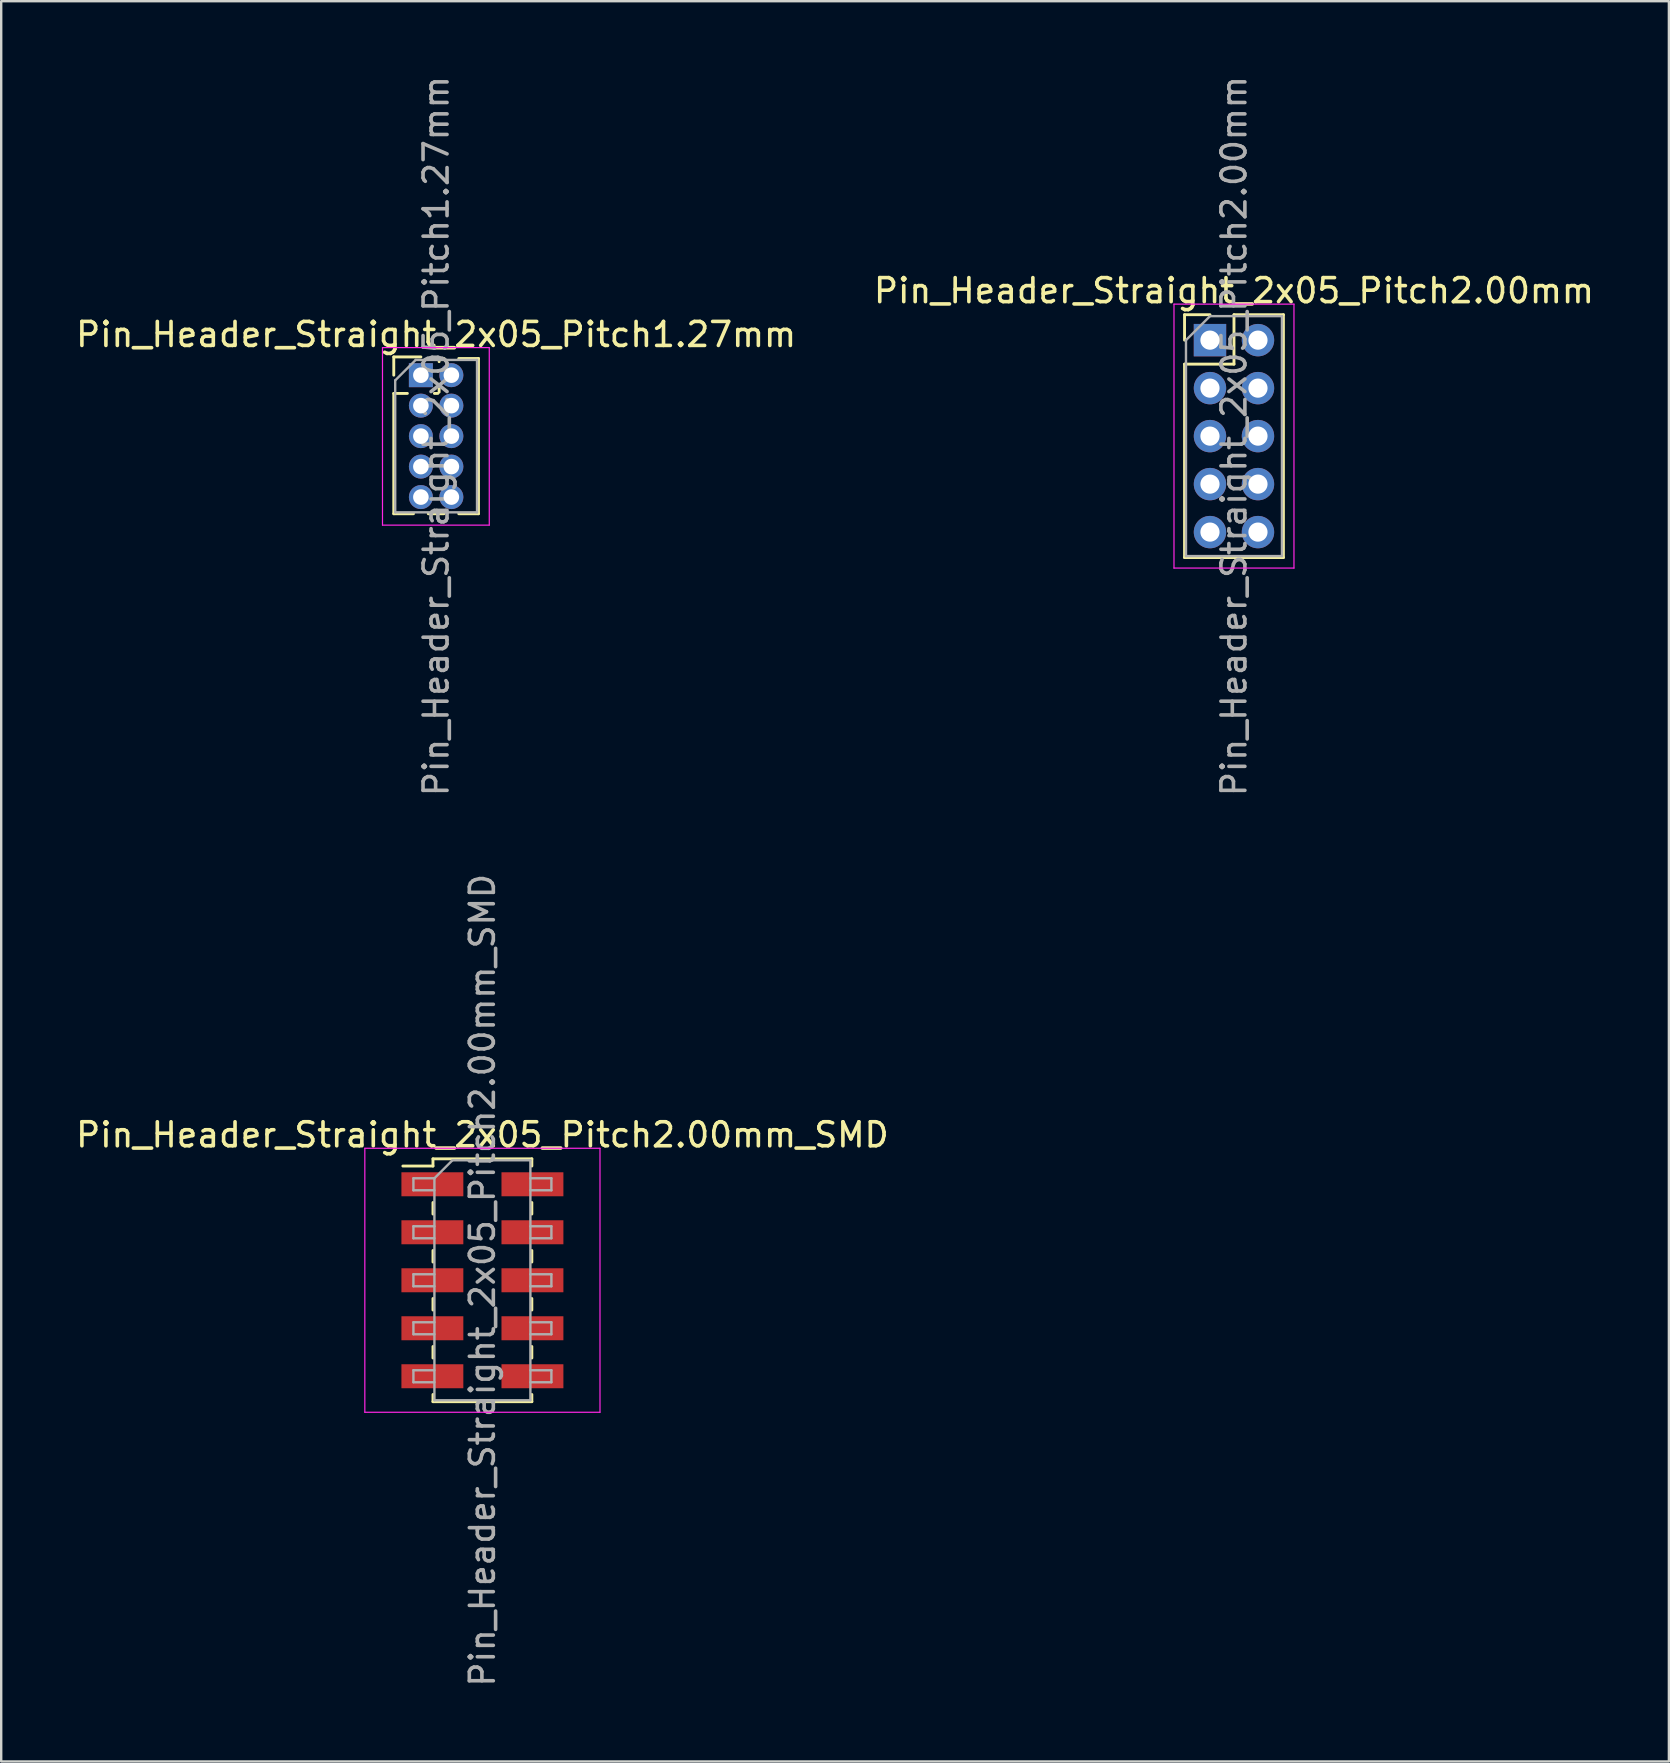
<source format=kicad_pcb>
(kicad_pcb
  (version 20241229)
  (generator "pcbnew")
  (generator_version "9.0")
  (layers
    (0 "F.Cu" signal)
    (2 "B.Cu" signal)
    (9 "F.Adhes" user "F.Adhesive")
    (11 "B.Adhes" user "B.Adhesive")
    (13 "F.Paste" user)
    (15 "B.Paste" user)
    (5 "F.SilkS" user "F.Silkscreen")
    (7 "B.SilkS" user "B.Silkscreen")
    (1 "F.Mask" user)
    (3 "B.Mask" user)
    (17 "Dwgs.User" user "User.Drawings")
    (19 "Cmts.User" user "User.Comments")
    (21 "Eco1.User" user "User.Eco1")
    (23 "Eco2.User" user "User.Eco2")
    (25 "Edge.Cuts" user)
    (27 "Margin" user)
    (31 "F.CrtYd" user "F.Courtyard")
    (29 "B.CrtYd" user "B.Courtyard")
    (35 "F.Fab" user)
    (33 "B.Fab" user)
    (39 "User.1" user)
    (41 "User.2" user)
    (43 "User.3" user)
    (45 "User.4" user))
  (footprint "Pin_Header_Straight_2x05_Pitch2.00mm_SMD"
    (layer "F.Cu")
    (at 17.054 50.304)
    (property "Reference" "Pin_Header_Straight_2x05_Pitch2.00mm_SMD" (at 0 -6.06 0) (layer "F.SilkS") (effects (font (size 1 1) (thickness 0.15))))
    (attr smd)
    (fp_line (start -3.315 -4.76) (end -2.06 -4.76) (stroke (width 0.12) (type solid)) (layer "F.SilkS"))
    (fp_line (start -2.06 -5.06) (end -2.06 -4.76) (stroke (width 0.12) (type solid)) (layer "F.SilkS"))
    (fp_line (start -2.06 -5.06) (end 2.06 -5.06) (stroke (width 0.12) (type solid)) (layer "F.SilkS"))
    (fp_line (start -2.06 -3.24) (end -2.06 -2.76) (stroke (width 0.12) (type solid)) (layer "F.SilkS"))
    (fp_line (start -2.06 -1.24) (end -2.06 -0.76) (stroke (width 0.12) (type solid)) (layer "F.SilkS"))
    (fp_line (start -2.06 0.76) (end -2.06 1.24) (stroke (width 0.12) (type solid)) (layer "F.SilkS"))
    (fp_line (start -2.06 2.76) (end -2.06 3.24) (stroke (width 0.12) (type solid)) (layer "F.SilkS"))
    (fp_line (start -2.06 4.76) (end -2.06 5.06) (stroke (width 0.12) (type solid)) (layer "F.SilkS"))
    (fp_line (start -2.06 5.06) (end 2.06 5.06) (stroke (width 0.12) (type solid)) (layer "F.SilkS"))
    (fp_line (start 2.06 -5.06) (end 2.06 -4.76) (stroke (width 0.12) (type solid)) (layer "F.SilkS"))
    (fp_line (start 2.06 -3.24) (end 2.06 -2.76) (stroke (width 0.12) (type solid)) (layer "F.SilkS"))
    (fp_line (start 2.06 -1.24) (end 2.06 -0.76) (stroke (width 0.12) (type solid)) (layer "F.SilkS"))
    (fp_line (start 2.06 0.76) (end 2.06 1.24) (stroke (width 0.12) (type solid)) (layer "F.SilkS"))
    (fp_line (start 2.06 2.76) (end 2.06 3.24) (stroke (width 0.12) (type solid)) (layer "F.SilkS"))
    (fp_line (start 2.06 4.76) (end 2.06 5.06) (stroke (width 0.12) (type solid)) (layer "F.SilkS"))
    (fp_line (start -4.9 -5.5) (end -4.9 5.5) (stroke (width 0.05) (type solid)) (layer "F.CrtYd"))
    (fp_line (start -4.9 5.5) (end 4.9 5.5) (stroke (width 0.05) (type solid)) (layer "F.CrtYd"))
    (fp_line (start 4.9 -5.5) (end -4.9 -5.5) (stroke (width 0.05) (type solid)) (layer "F.CrtYd"))
    (fp_line (start 4.9 5.5) (end 4.9 -5.5) (stroke (width 0.05) (type solid)) (layer "F.CrtYd"))
    (fp_line (start -2.875 -4.25) (end -2.875 -3.75) (stroke (width 0.1) (type solid)) (layer "F.Fab"))
    (fp_line (start -2.875 -3.75) (end -2 -3.75) (stroke (width 0.1) (type solid)) (layer "F.Fab"))
    (fp_line (start -2.875 -2.25) (end -2.875 -1.75) (stroke (width 0.1) (type solid)) (layer "F.Fab"))
    (fp_line (start -2.875 -1.75) (end -2 -1.75) (stroke (width 0.1) (type solid)) (layer "F.Fab"))
    (fp_line (start -2.875 -0.25) (end -2.875 0.25) (stroke (width 0.1) (type solid)) (layer "F.Fab"))
    (fp_line (start -2.875 0.25) (end -2 0.25) (stroke (width 0.1) (type solid)) (layer "F.Fab"))
    (fp_line (start -2.875 1.75) (end -2.875 2.25) (stroke (width 0.1) (type solid)) (layer "F.Fab"))
    (fp_line (start -2.875 2.25) (end -2 2.25) (stroke (width 0.1) (type solid)) (layer "F.Fab"))
    (fp_line (start -2.875 3.75) (end -2.875 4.25) (stroke (width 0.1) (type solid)) (layer "F.Fab"))
    (fp_line (start -2.875 4.25) (end -2 4.25) (stroke (width 0.1) (type solid)) (layer "F.Fab"))
    (fp_line (start -2 -4.25) (end -2.875 -4.25) (stroke (width 0.1) (type solid)) (layer "F.Fab"))
    (fp_line (start -2 -4.25) (end -1.25 -5) (stroke (width 0.1) (type solid)) (layer "F.Fab"))
    (fp_line (start -2 -2.25) (end -2.875 -2.25) (stroke (width 0.1) (type solid)) (layer "F.Fab"))
    (fp_line (start -2 -0.25) (end -2.875 -0.25) (stroke (width 0.1) (type solid)) (layer "F.Fab"))
    (fp_line (start -2 1.75) (end -2.875 1.75) (stroke (width 0.1) (type solid)) (layer "F.Fab"))
    (fp_line (start -2 3.75) (end -2.875 3.75) (stroke (width 0.1) (type solid)) (layer "F.Fab"))
    (fp_line (start -2 5) (end -2 -4.25) (stroke (width 0.1) (type solid)) (layer "F.Fab"))
    (fp_line (start -1.25 -5) (end 2 -5) (stroke (width 0.1) (type solid)) (layer "F.Fab"))
    (fp_line (start 2 -5) (end 2 5) (stroke (width 0.1) (type solid)) (layer "F.Fab"))
    (fp_line (start 2 -4.25) (end 2.875 -4.25) (stroke (width 0.1) (type solid)) (layer "F.Fab"))
    (fp_line (start 2 -2.25) (end 2.875 -2.25) (stroke (width 0.1) (type solid)) (layer "F.Fab"))
    (fp_line (start 2 -0.25) (end 2.875 -0.25) (stroke (width 0.1) (type solid)) (layer "F.Fab"))
    (fp_line (start 2 1.75) (end 2.875 1.75) (stroke (width 0.1) (type solid)) (layer "F.Fab"))
    (fp_line (start 2 3.75) (end 2.875 3.75) (stroke (width 0.1) (type solid)) (layer "F.Fab"))
    (fp_line (start 2 5) (end -2 5) (stroke (width 0.1) (type solid)) (layer "F.Fab"))
    (fp_line (start 2.875 -4.25) (end 2.875 -3.75) (stroke (width 0.1) (type solid)) (layer "F.Fab"))
    (fp_line (start 2.875 -3.75) (end 2 -3.75) (stroke (width 0.1) (type solid)) (layer "F.Fab"))
    (fp_line (start 2.875 -2.25) (end 2.875 -1.75) (stroke (width 0.1) (type solid)) (layer "F.Fab"))
    (fp_line (start 2.875 -1.75) (end 2 -1.75) (stroke (width 0.1) (type solid)) (layer "F.Fab"))
    (fp_line (start 2.875 -0.25) (end 2.875 0.25) (stroke (width 0.1) (type solid)) (layer "F.Fab"))
    (fp_line (start 2.875 0.25) (end 2 0.25) (stroke (width 0.1) (type solid)) (layer "F.Fab"))
    (fp_line (start 2.875 1.75) (end 2.875 2.25) (stroke (width 0.1) (type solid)) (layer "F.Fab"))
    (fp_line (start 2.875 2.25) (end 2 2.25) (stroke (width 0.1) (type solid)) (layer "F.Fab"))
    (fp_line (start 2.875 3.75) (end 2.875 4.25) (stroke (width 0.1) (type solid)) (layer "F.Fab"))
    (fp_line (start 2.875 4.25) (end 2 4.25) (stroke (width 0.1) (type solid)) (layer "F.Fab"))
    (fp_text user "${REFERENCE}" (at 0 0 90) (layer "F.Fab") (effects (font (size 1 1) (thickness 0.15))))
    (pad "1" smd rect (at -2.085 -4) (size 2.58 1) (layers "F.Cu" "F.Mask" "F.Paste"))
    (pad "2" smd rect (at 2.085 -4) (size 2.58 1) (layers "F.Cu" "F.Mask" "F.Paste"))
    (pad "3" smd rect (at -2.085 -2) (size 2.58 1) (layers "F.Cu" "F.Mask" "F.Paste"))
    (pad "4" smd rect (at 2.085 -2) (size 2.58 1) (layers "F.Cu" "F.Mask" "F.Paste"))
    (pad "5" smd rect (at -2.085 0) (size 2.58 1) (layers "F.Cu" "F.Mask" "F.Paste"))
    (pad "6" smd rect (at 2.085 0) (size 2.58 1) (layers "F.Cu" "F.Mask" "F.Paste"))
    (pad "7" smd rect (at -2.085 2) (size 2.58 1) (layers "F.Cu" "F.Mask" "F.Paste"))
    (pad "8" smd rect (at 2.085 2) (size 2.58 1) (layers "F.Cu" "F.Mask" "F.Paste"))
    (pad "9" smd rect (at -2.085 4) (size 2.58 1) (layers "F.Cu" "F.Mask" "F.Paste"))
    (pad "10" smd rect (at 2.085 4) (size 2.58 1) (layers "F.Cu" "F.Mask" "F.Paste")))
  (footprint "Pin_Header_Straight_2x05_Pitch2.00mm"
    (layer "F.Cu")
    (at 47.375 11.125)
    (property "Reference" "Pin_Header_Straight_2x05_Pitch2.00mm" (at 1 -2.06 0) (layer "F.SilkS") (effects (font (size 1 1) (thickness 0.15))))
    (attr through_hole)
    (fp_line (start -1.06 -1.06) (end 0 -1.06) (stroke (width 0.12) (type solid)) (layer "F.SilkS"))
    (fp_line (start -1.06 0) (end -1.06 -1.06) (stroke (width 0.12) (type solid)) (layer "F.SilkS"))
    (fp_line (start -1.06 1) (end -1.06 9.06) (stroke (width 0.12) (type solid)) (layer "F.SilkS"))
    (fp_line (start -1.06 1) (end 1 1) (stroke (width 0.12) (type solid)) (layer "F.SilkS"))
    (fp_line (start -1.06 9.06) (end 3.06 9.06) (stroke (width 0.12) (type solid)) (layer "F.SilkS"))
    (fp_line (start 1 -1.06) (end 3.06 -1.06) (stroke (width 0.12) (type solid)) (layer "F.SilkS"))
    (fp_line (start 1 1) (end 1 -1.06) (stroke (width 0.12) (type solid)) (layer "F.SilkS"))
    (fp_line (start 3.06 -1.06) (end 3.06 9.06) (stroke (width 0.12) (type solid)) (layer "F.SilkS"))
    (fp_line (start -1.5 -1.5) (end -1.5 9.5) (stroke (width 0.05) (type solid)) (layer "F.CrtYd"))
    (fp_line (start -1.5 9.5) (end 3.5 9.5) (stroke (width 0.05) (type solid)) (layer "F.CrtYd"))
    (fp_line (start 3.5 -1.5) (end -1.5 -1.5) (stroke (width 0.05) (type solid)) (layer "F.CrtYd"))
    (fp_line (start 3.5 9.5) (end 3.5 -1.5) (stroke (width 0.05) (type solid)) (layer "F.CrtYd"))
    (fp_line (start -1 0) (end 0 -1) (stroke (width 0.1) (type solid)) (layer "F.Fab"))
    (fp_line (start -1 9) (end -1 0) (stroke (width 0.1) (type solid)) (layer "F.Fab"))
    (fp_line (start 0 -1) (end 3 -1) (stroke (width 0.1) (type solid)) (layer "F.Fab"))
    (fp_line (start 3 -1) (end 3 9) (stroke (width 0.1) (type solid)) (layer "F.Fab"))
    (fp_line (start 3 9) (end -1 9) (stroke (width 0.1) (type solid)) (layer "F.Fab"))
    (fp_text user "${REFERENCE}" (at 1 4 90) (layer "F.Fab") (effects (font (size 1 1) (thickness 0.15))))
    (pad "1" thru_hole rect (at 0 0) (size 1.35 1.35) (drill 0.8) (layers "*.Cu" "*.Mask"))
    (pad "2" thru_hole oval (at 2 0) (size 1.35 1.35) (drill 0.8) (layers "*.Cu" "*.Mask"))
    (pad "3" thru_hole oval (at 0 2) (size 1.35 1.35) (drill 0.8) (layers "*.Cu" "*.Mask"))
    (pad "4" thru_hole oval (at 2 2) (size 1.35 1.35) (drill 0.8) (layers "*.Cu" "*.Mask"))
    (pad "5" thru_hole oval (at 0 4) (size 1.35 1.35) (drill 0.8) (layers "*.Cu" "*.Mask"))
    (pad "6" thru_hole oval (at 2 4) (size 1.35 1.35) (drill 0.8) (layers "*.Cu" "*.Mask"))
    (pad "7" thru_hole oval (at 0 6) (size 1.35 1.35) (drill 0.8) (layers "*.Cu" "*.Mask"))
    (pad "8" thru_hole oval (at 2 6) (size 1.35 1.35) (drill 0.8) (layers "*.Cu" "*.Mask"))
    (pad "9" thru_hole oval (at 0 8) (size 1.35 1.35) (drill 0.8) (layers "*.Cu" "*.Mask"))
    (pad "10" thru_hole oval (at 2 8) (size 1.35 1.35) (drill 0.8) (layers "*.Cu" "*.Mask")))
  (footprint "Pin_Header_Straight_2x05_Pitch1.27mm"
    (layer "F.Cu")
    (at 14.49 12.585)
    (property "Reference" "Pin_Header_Straight_2x05_Pitch1.27mm" (at 0.635 -1.695 0) (layer "F.SilkS") (effects (font (size 1 1) (thickness 0.15))))
    (attr through_hole)
    (fp_line (start -1.13 -0.76) (end 0 -0.76) (stroke (width 0.12) (type solid)) (layer "F.SilkS"))
    (fp_line (start -1.13 0) (end -1.13 -0.76) (stroke (width 0.12) (type solid)) (layer "F.SilkS"))
    (fp_line (start -1.13 0.76) (end -1.13 5.775) (stroke (width 0.12) (type solid)) (layer "F.SilkS"))
    (fp_line (start -1.13 0.76) (end -0.563 0.76) (stroke (width 0.12) (type solid)) (layer "F.SilkS"))
    (fp_line (start -1.13 5.775) (end -0.308 5.775) (stroke (width 0.12) (type solid)) (layer "F.SilkS"))
    (fp_line (start 0.308 5.775) (end 0.962 5.775) (stroke (width 0.12) (type solid)) (layer "F.SilkS"))
    (fp_line (start 0.563 0.76) (end 0.707 0.76) (stroke (width 0.12) (type solid)) (layer "F.SilkS"))
    (fp_line (start 0.76 -0.695) (end 0.962 -0.695) (stroke (width 0.12) (type solid)) (layer "F.SilkS"))
    (fp_line (start 0.76 -0.563) (end 0.76 -0.695) (stroke (width 0.12) (type solid)) (layer "F.SilkS"))
    (fp_line (start 0.76 0.707) (end 0.76 0.563) (stroke (width 0.12) (type solid)) (layer "F.SilkS"))
    (fp_line (start 1.578 -0.695) (end 2.4 -0.695) (stroke (width 0.12) (type solid)) (layer "F.SilkS"))
    (fp_line (start 1.578 5.775) (end 2.4 5.775) (stroke (width 0.12) (type solid)) (layer "F.SilkS"))
    (fp_line (start 2.4 -0.695) (end 2.4 5.775) (stroke (width 0.12) (type solid)) (layer "F.SilkS"))
    (fp_line (start -1.6 -1.15) (end -1.6 6.25) (stroke (width 0.05) (type solid)) (layer "F.CrtYd"))
    (fp_line (start -1.6 6.25) (end 2.85 6.25) (stroke (width 0.05) (type solid)) (layer "F.CrtYd"))
    (fp_line (start 2.85 -1.15) (end -1.6 -1.15) (stroke (width 0.05) (type solid)) (layer "F.CrtYd"))
    (fp_line (start 2.85 6.25) (end 2.85 -1.15) (stroke (width 0.05) (type solid)) (layer "F.CrtYd"))
    (fp_line (start -1.07 0.217) (end -0.217 -0.635) (stroke (width 0.1) (type solid)) (layer "F.Fab"))
    (fp_line (start -1.07 5.715) (end -1.07 0.217) (stroke (width 0.1) (type solid)) (layer "F.Fab"))
    (fp_line (start -0.217 -0.635) (end 2.34 -0.635) (stroke (width 0.1) (type solid)) (layer "F.Fab"))
    (fp_line (start 2.34 -0.635) (end 2.34 5.715) (stroke (width 0.1) (type solid)) (layer "F.Fab"))
    (fp_line (start 2.34 5.715) (end -1.07 5.715) (stroke (width 0.1) (type solid)) (layer "F.Fab"))
    (fp_text user "${REFERENCE}" (at 0.635 2.54 90) (layer "F.Fab") (effects (font (size 1 1) (thickness 0.15))))
    (pad "1" thru_hole rect (at 0 0) (size 1 1) (drill 0.65) (layers "*.Cu" "*.Mask"))
    (pad "2" thru_hole oval (at 1.27 0) (size 1 1) (drill 0.65) (layers "*.Cu" "*.Mask"))
    (pad "3" thru_hole oval (at 0 1.27) (size 1 1) (drill 0.65) (layers "*.Cu" "*.Mask"))
    (pad "4" thru_hole oval (at 1.27 1.27) (size 1 1) (drill 0.65) (layers "*.Cu" "*.Mask"))
    (pad "5" thru_hole oval (at 0 2.54) (size 1 1) (drill 0.65) (layers "*.Cu" "*.Mask"))
    (pad "6" thru_hole oval (at 1.27 2.54) (size 1 1) (drill 0.65) (layers "*.Cu" "*.Mask"))
    (pad "7" thru_hole oval (at 0 3.81) (size 1 1) (drill 0.65) (layers "*.Cu" "*.Mask"))
    (pad "8" thru_hole oval (at 1.27 3.81) (size 1 1) (drill 0.65) (layers "*.Cu" "*.Mask"))
    (pad "9" thru_hole oval (at 0 5.08) (size 1 1) (drill 0.65) (layers "*.Cu" "*.Mask"))
    (pad "10" thru_hole oval (at 1.27 5.08) (size 1 1) (drill 0.65) (layers "*.Cu" "*.Mask")))
  (gr_rect
    (start -3 -3)
    (end 66.5 70.357)
    (stroke (width 0.1) (type default))
    (fill no)
    (layer "Edge.Cuts")))
</source>
